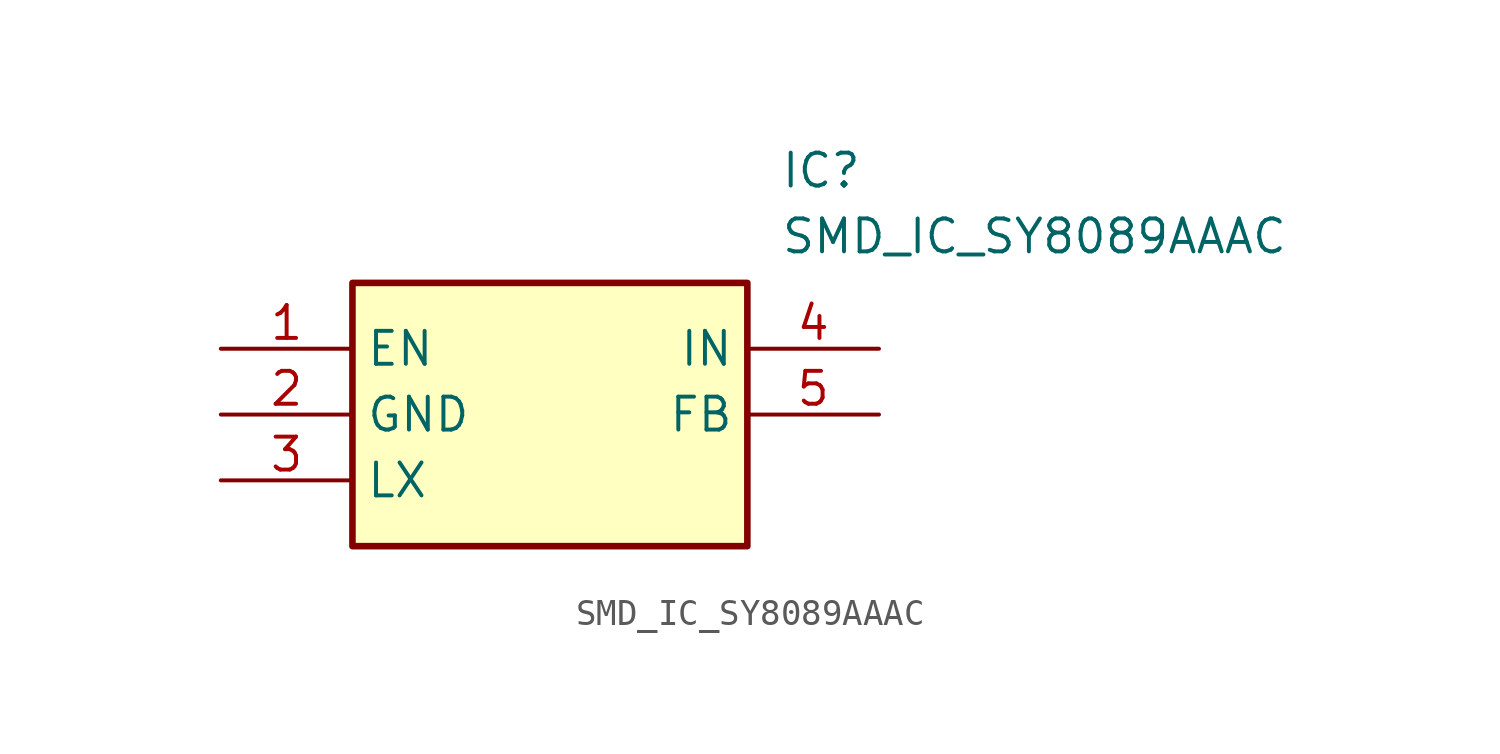
<source format=kicad_sym>
(kicad_symbol_lib
  (version 20211014)
  (generator SamacSys_ECAD_Model)
  (symbol "SMD_IC_SY8089AAAC"
    (property "Reference" "IC"
      (at 21.59 7.62 0)
      (effects (font (size 1.27 1.27)) (justify left top)))
    (property "Value" "SMD_IC_SY8089AAAC"
      (at 21.59 5.08 0)
      (effects (font (size 1.27 1.27)) (justify left top)))
    (rectangle
      (start 5.08 2.54)
      (end 20.32 -7.62)
      (stroke (width 0.254) (type default))
      (fill (type background)))
    (pin passive line
      (at 0 0 0)
      (length 5.08)
      (name "EN" (effects (font (size 1.27 1.27))))
      (number "1" (effects (font (size 1.27 1.27)))))
    (pin passive line
      (at 0 -2.54 0)
      (length 5.08)
      (name "GND" (effects (font (size 1.27 1.27))))
      (number "2" (effects (font (size 1.27 1.27)))))
    (pin passive line
      (at 0 -5.08 0)
      (length 5.08)
      (name "LX" (effects (font (size 1.27 1.27))))
      (number "3" (effects (font (size 1.27 1.27)))))
    (pin passive line
      (at 25.4 0 180)
      (length 5.08)
      (name "IN" (effects (font (size 1.27 1.27))))
      (number "4" (effects (font (size 1.27 1.27)))))
    (pin passive line
      (at 25.4 -2.54 180)
      (length 5.08)
      (name "FB" (effects (font (size 1.27 1.27))))
      (number "5" (effects (font (size 1.27 1.27)))))))
</source>
